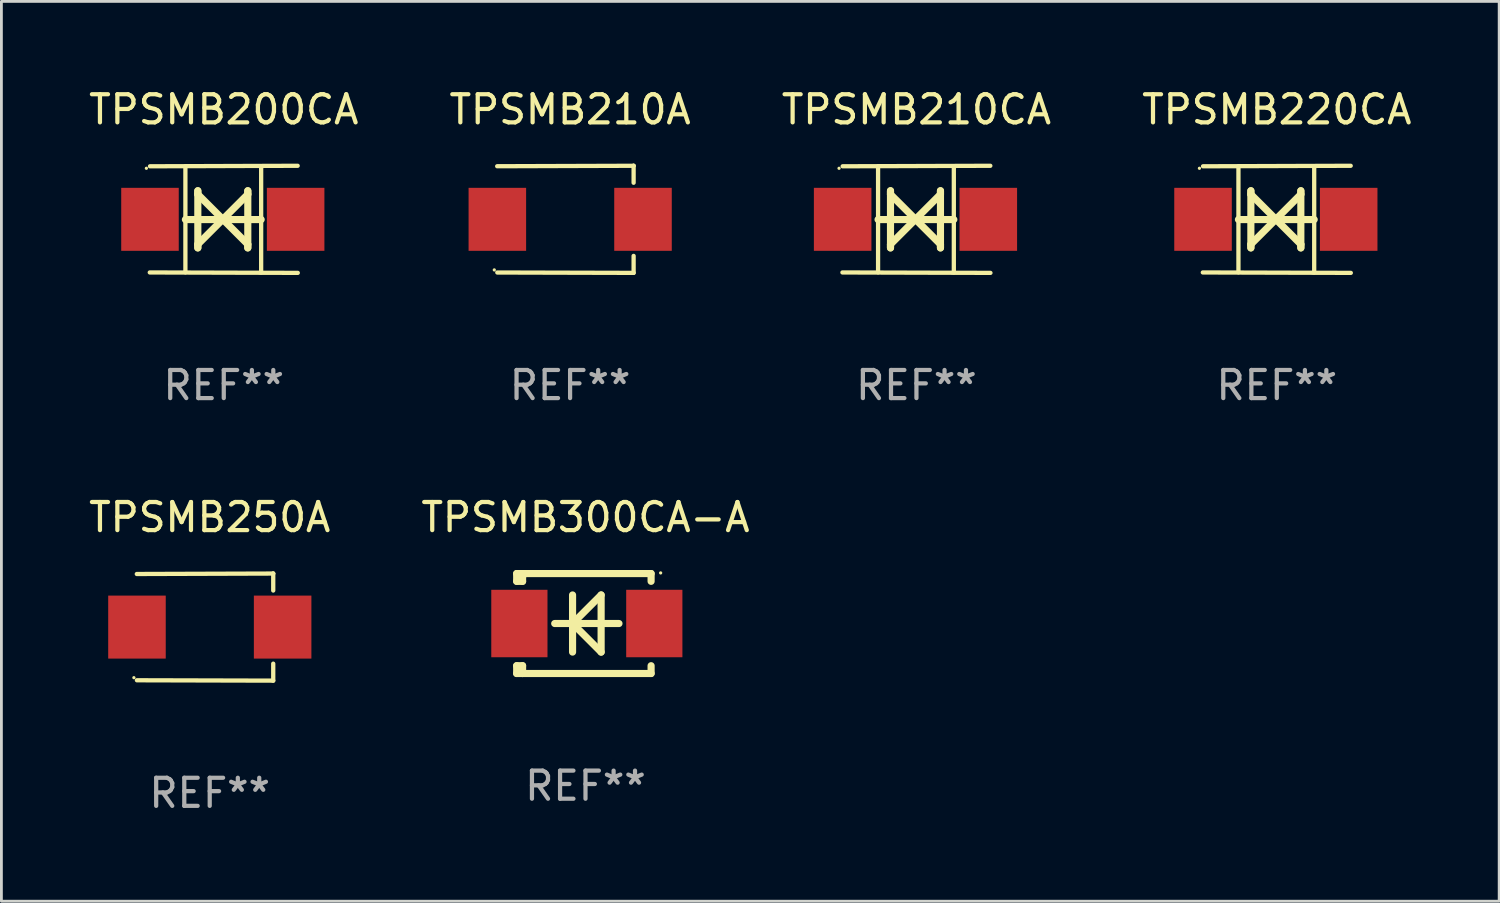
<source format=kicad_pcb>
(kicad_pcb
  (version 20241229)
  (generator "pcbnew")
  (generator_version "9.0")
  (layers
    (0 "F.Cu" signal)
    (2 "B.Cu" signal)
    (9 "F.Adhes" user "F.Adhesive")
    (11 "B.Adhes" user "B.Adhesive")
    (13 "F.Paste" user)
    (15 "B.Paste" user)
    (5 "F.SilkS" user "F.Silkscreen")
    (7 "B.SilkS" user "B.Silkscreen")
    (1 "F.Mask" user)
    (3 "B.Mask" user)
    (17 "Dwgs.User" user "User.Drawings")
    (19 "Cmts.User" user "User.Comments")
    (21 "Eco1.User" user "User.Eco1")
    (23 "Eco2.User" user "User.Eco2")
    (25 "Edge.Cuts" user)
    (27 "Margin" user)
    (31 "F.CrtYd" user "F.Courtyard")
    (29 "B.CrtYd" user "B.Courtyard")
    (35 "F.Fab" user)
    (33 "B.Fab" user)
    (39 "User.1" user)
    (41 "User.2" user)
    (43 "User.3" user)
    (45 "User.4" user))
  (footprint "TPSMB300CA-A"
    (layer "F.Cu")
    (at 17.78 19.133)
    (property "Reference" "TPSMB300CA-A" (at 0 -3.778 0) (layer "F.SilkS") (effects (font (size 1 1) (thickness 0.15))))
    (attr through_hole)
    (fp_line (start -2.448 1.501) (end -2.448 1.778) (stroke (width 0.254) (type solid)) (layer "F.SilkS"))
    (fp_line (start -2.448 1.778) (end -2.237 1.778) (stroke (width 0.254) (type solid)) (layer "F.SilkS"))
    (fp_line (start -2.448 -1.778) (end -2.448 -1.501) (stroke (width 0.254) (type solid)) (layer "F.SilkS"))
    (fp_line (start -2.448 -1.501) (end -2.238 -1.501) (stroke (width 0.254) (type solid)) (layer "F.SilkS"))
    (fp_line (start -2.448 1.501) (end -2.238 1.501) (stroke (width 0.254) (type solid)) (layer "F.SilkS"))
    (fp_line (start -2.238 -1.778) (end -2.448 -1.778) (stroke (width 0.254) (type solid)) (layer "F.SilkS"))
    (fp_line (start -2.238 -1.778) (end 2.334 -1.778) (stroke (width 0.254) (type solid)) (layer "F.SilkS"))
    (fp_line (start -2.238 -1.651) (end -2.238 -1.778) (stroke (width 0.254) (type solid)) (layer "F.SilkS"))
    (fp_line (start -2.238 -1.501) (end -2.238 -1.651) (stroke (width 0.254) (type solid)) (layer "F.SilkS"))
    (fp_line (start -2.238 1.778) (end -2.238 1.501) (stroke (width 0.254) (type solid)) (layer "F.SilkS"))
    (fp_line (start -1.095 0) (end 1.191 0) (stroke (width 0.254) (type solid)) (layer "F.SilkS"))
    (fp_line (start -0.46 -1.016) (end -0.46 1.016) (stroke (width 0.254) (type solid)) (layer "F.SilkS"))
    (fp_line (start -0.459 -0.000178) (end 0.557 1.016) (stroke (width 0.254) (type solid)) (layer "F.SilkS"))
    (fp_line (start 0.556 -1.016) (end 0.556 1.016) (stroke (width 0.254) (type solid)) (layer "F.SilkS"))
    (fp_line (start 0.557 -1.016) (end -0.459 -0.000178) (stroke (width 0.254) (type solid)) (layer "F.SilkS"))
    (fp_line (start 2.334 -1.778) (end 2.334 -1.501) (stroke (width 0.254) (type solid)) (layer "F.SilkS"))
    (fp_line (start 2.334 1.501) (end 2.334 1.778) (stroke (width 0.254) (type solid)) (layer "F.SilkS"))
    (fp_line (start 2.334 1.778) (end -2.238 1.778) (stroke (width 0.254) (type solid)) (layer "F.SilkS"))
    (fp_circle (center 2.674 -1.8) (end 2.704 -1.8) (stroke (width 0.06) (type solid)) (fill no) (layer "F.SilkS"))
    (fp_text user "REF**" (at 0 5.778 0) (layer "F.Fab") (effects (font (size 1 1) (thickness 0.15))))
    (pad "1" smd rect (at 2.448 -0.000025) (size 2 2.4) (layers "F.Cu" "F.Mask" "F.Paste"))
    (pad "2" smd rect (at -2.352 -0.000025) (size 2 2.4) (layers "F.Cu" "F.Mask" "F.Paste")))
  (footprint "TPSMB200CA"
    (layer "F.Cu")
    (at 4.911 4.753)
    (property "Reference" "TPSMB200CA" (at 0 -3.905 0) (layer "F.SilkS") (effects (font (size 1 1) (thickness 0.15))))
    (attr through_hole)
    (fp_line (start -1.365 1.886) (end -1.365 -1.886) (stroke (width 0.152) (type solid)) (layer "F.SilkS"))
    (fp_line (start -1.365 0.008) (end 1.33 0.008) (stroke (width 0.254) (type solid)) (layer "F.SilkS"))
    (fp_line (start -0.923 -1.016) (end -0.923 1.016) (stroke (width 0.254) (type solid)) (layer "F.SilkS"))
    (fp_line (start -0.923 -0.889) (end -0.923 -1.016) (stroke (width 0.254) (type solid)) (layer "F.SilkS"))
    (fp_line (start -0.923 0.889) (end -0.034 0) (stroke (width 0.254) (type solid)) (layer "F.SilkS"))
    (fp_line (start -0.923 1.016) (end -0.923 0.889) (stroke (width 0.254) (type solid)) (layer "F.SilkS"))
    (fp_line (start -0.034 0) (end -0.923 -0.889) (stroke (width 0.254) (type solid)) (layer "F.SilkS"))
    (fp_line (start -0.034 0) (end 0.855 0.889) (stroke (width 0.254) (type solid)) (layer "F.SilkS"))
    (fp_line (start 0.855 -1.016) (end 0.855 -0.889) (stroke (width 0.254) (type solid)) (layer "F.SilkS"))
    (fp_line (start 0.855 -0.889) (end -0.034 0) (stroke (width 0.254) (type solid)) (layer "F.SilkS"))
    (fp_line (start 0.855 0.889) (end 0.855 1.016) (stroke (width 0.254) (type solid)) (layer "F.SilkS"))
    (fp_line (start 0.855 1.016) (end 0.855 -1.016) (stroke (width 0.254) (type solid)) (layer "F.SilkS"))
    (fp_line (start 1.33 1.886) (end 1.33 -1.886) (stroke (width 0.152) (type solid)) (layer "F.SilkS"))
    (fp_line (start 2.629 -1.905) (end -2.625 -1.887) (stroke (width 0.152) (type solid)) (layer "F.SilkS"))
    (fp_line (start 2.633 1.905) (end -2.633 1.89) (stroke (width 0.152) (type solid)) (layer "F.SilkS"))
    (fp_circle (center -2.753 -1.816) (end -2.723 -1.816) (stroke (width 0.06) (type solid)) (fill no) (layer "F.SilkS"))
    (fp_text user "REF**" (at 0 5.905 0) (layer "F.Fab") (effects (font (size 1 1) (thickness 0.15))))
    (pad "1" smd rect (at -2.625 0) (size 2.047 2.241) (layers "F.Cu" "F.Mask" "F.Paste"))
    (pad "2" smd rect (at 2.557 0) (size 2.047 2.241) (layers "F.Cu" "F.Mask" "F.Paste")))
  (footprint "TPSMB250A"
    (layer "F.Cu")
    (at 4.411 19.26)
    (property "Reference" "TPSMB250A" (at 0 -3.905 0) (layer "F.SilkS") (effects (font (size 1 1) (thickness 0.15))))
    (attr through_hole)
    (fp_line (start 2.256 -1.905) (end -2.594 -1.889) (stroke (width 0.152) (type solid)) (layer "F.SilkS"))
    (fp_line (start 2.256 -1.905) (end 2.26 -1.905) (stroke (width 0.152) (type solid)) (layer "F.SilkS"))
    (fp_line (start 2.26 -1.905) (end 2.26 -1.301) (stroke (width 0.152) (type solid)) (layer "F.SilkS"))
    (fp_line (start 2.26 1.301) (end 2.26 1.905) (stroke (width 0.152) (type solid)) (layer "F.SilkS"))
    (fp_line (start 2.26 1.905) (end -2.59 1.892) (stroke (width 0.152) (type solid)) (layer "F.SilkS"))
    (fp_circle (center -2.697 1.8) (end -2.667 1.8) (stroke (width 0.06) (type solid)) (fill no) (layer "F.SilkS"))
    (fp_text user "REF**" (at 0 5.905 0) (layer "F.Fab") (effects (font (size 1 1) (thickness 0.15))))
    (pad "1" smd rect (at -2.588 0) (size 2.047 2.241) (layers "F.Cu" "F.Mask" "F.Paste"))
    (pad "2" smd rect (at 2.594 0) (size 2.047 2.241) (layers "F.Cu" "F.Mask" "F.Paste")))
  (footprint "TPSMB210A"
    (layer "F.Cu")
    (at 17.232 4.753)
    (property "Reference" "TPSMB210A" (at 0 -3.905 0) (layer "F.SilkS") (effects (font (size 1 1) (thickness 0.15))))
    (attr through_hole)
    (fp_line (start 2.256 -1.905) (end -2.594 -1.889) (stroke (width 0.152) (type solid)) (layer "F.SilkS"))
    (fp_line (start 2.256 -1.905) (end 2.26 -1.905) (stroke (width 0.152) (type solid)) (layer "F.SilkS"))
    (fp_line (start 2.26 -1.905) (end 2.26 -1.301) (stroke (width 0.152) (type solid)) (layer "F.SilkS"))
    (fp_line (start 2.26 1.301) (end 2.26 1.905) (stroke (width 0.152) (type solid)) (layer "F.SilkS"))
    (fp_line (start 2.26 1.905) (end -2.59 1.892) (stroke (width 0.152) (type solid)) (layer "F.SilkS"))
    (fp_circle (center -2.697 1.8) (end -2.667 1.8) (stroke (width 0.06) (type solid)) (fill no) (layer "F.SilkS"))
    (fp_text user "REF**" (at 0 5.905 0) (layer "F.Fab") (effects (font (size 1 1) (thickness 0.15))))
    (pad "1" smd rect (at -2.588 0) (size 2.047 2.241) (layers "F.Cu" "F.Mask" "F.Paste"))
    (pad "2" smd rect (at 2.594 0) (size 2.047 2.241) (layers "F.Cu" "F.Mask" "F.Paste")))
  (footprint "TPSMB210CA"
    (layer "F.Cu")
    (at 29.554 4.753)
    (property "Reference" "TPSMB210CA" (at 0 -3.905 0) (layer "F.SilkS") (effects (font (size 1 1) (thickness 0.15))))
    (attr through_hole)
    (fp_line (start -1.365 1.886) (end -1.365 -1.886) (stroke (width 0.152) (type solid)) (layer "F.SilkS"))
    (fp_line (start -1.365 0.008) (end 1.33 0.008) (stroke (width 0.254) (type solid)) (layer "F.SilkS"))
    (fp_line (start -0.923 -1.016) (end -0.923 1.016) (stroke (width 0.254) (type solid)) (layer "F.SilkS"))
    (fp_line (start -0.923 -0.889) (end -0.923 -1.016) (stroke (width 0.254) (type solid)) (layer "F.SilkS"))
    (fp_line (start -0.923 0.889) (end -0.034 0) (stroke (width 0.254) (type solid)) (layer "F.SilkS"))
    (fp_line (start -0.923 1.016) (end -0.923 0.889) (stroke (width 0.254) (type solid)) (layer "F.SilkS"))
    (fp_line (start -0.034 0) (end -0.923 -0.889) (stroke (width 0.254) (type solid)) (layer "F.SilkS"))
    (fp_line (start -0.034 0) (end 0.855 0.889) (stroke (width 0.254) (type solid)) (layer "F.SilkS"))
    (fp_line (start 0.855 -1.016) (end 0.855 -0.889) (stroke (width 0.254) (type solid)) (layer "F.SilkS"))
    (fp_line (start 0.855 -0.889) (end -0.034 0) (stroke (width 0.254) (type solid)) (layer "F.SilkS"))
    (fp_line (start 0.855 0.889) (end 0.855 1.016) (stroke (width 0.254) (type solid)) (layer "F.SilkS"))
    (fp_line (start 0.855 1.016) (end 0.855 -1.016) (stroke (width 0.254) (type solid)) (layer "F.SilkS"))
    (fp_line (start 1.33 1.886) (end 1.33 -1.886) (stroke (width 0.152) (type solid)) (layer "F.SilkS"))
    (fp_line (start 2.629 -1.905) (end -2.625 -1.887) (stroke (width 0.152) (type solid)) (layer "F.SilkS"))
    (fp_line (start 2.633 1.905) (end -2.633 1.89) (stroke (width 0.152) (type solid)) (layer "F.SilkS"))
    (fp_circle (center -2.753 -1.816) (end -2.723 -1.816) (stroke (width 0.06) (type solid)) (fill no) (layer "F.SilkS"))
    (fp_text user "REF**" (at 0 5.905 0) (layer "F.Fab") (effects (font (size 1 1) (thickness 0.15))))
    (pad "1" smd rect (at -2.625 0) (size 2.047 2.241) (layers "F.Cu" "F.Mask" "F.Paste"))
    (pad "2" smd rect (at 2.557 0) (size 2.047 2.241) (layers "F.Cu" "F.Mask" "F.Paste")))
  (footprint "TPSMB220CA"
    (layer "F.Cu")
    (at 42.375 4.753)
    (property "Reference" "TPSMB220CA" (at 0 -3.905 0) (layer "F.SilkS") (effects (font (size 1 1) (thickness 0.15))))
    (attr through_hole)
    (fp_line (start -1.365 1.886) (end -1.365 -1.886) (stroke (width 0.152) (type solid)) (layer "F.SilkS"))
    (fp_line (start -1.365 0.008) (end 1.33 0.008) (stroke (width 0.254) (type solid)) (layer "F.SilkS"))
    (fp_line (start -0.923 -1.016) (end -0.923 1.016) (stroke (width 0.254) (type solid)) (layer "F.SilkS"))
    (fp_line (start -0.923 -0.889) (end -0.923 -1.016) (stroke (width 0.254) (type solid)) (layer "F.SilkS"))
    (fp_line (start -0.923 0.889) (end -0.034 0) (stroke (width 0.254) (type solid)) (layer "F.SilkS"))
    (fp_line (start -0.923 1.016) (end -0.923 0.889) (stroke (width 0.254) (type solid)) (layer "F.SilkS"))
    (fp_line (start -0.034 0) (end -0.923 -0.889) (stroke (width 0.254) (type solid)) (layer "F.SilkS"))
    (fp_line (start -0.034 0) (end 0.855 0.889) (stroke (width 0.254) (type solid)) (layer "F.SilkS"))
    (fp_line (start 0.855 -1.016) (end 0.855 -0.889) (stroke (width 0.254) (type solid)) (layer "F.SilkS"))
    (fp_line (start 0.855 -0.889) (end -0.034 0) (stroke (width 0.254) (type solid)) (layer "F.SilkS"))
    (fp_line (start 0.855 0.889) (end 0.855 1.016) (stroke (width 0.254) (type solid)) (layer "F.SilkS"))
    (fp_line (start 0.855 1.016) (end 0.855 -1.016) (stroke (width 0.254) (type solid)) (layer "F.SilkS"))
    (fp_line (start 1.33 1.886) (end 1.33 -1.886) (stroke (width 0.152) (type solid)) (layer "F.SilkS"))
    (fp_line (start 2.629 -1.905) (end -2.625 -1.887) (stroke (width 0.152) (type solid)) (layer "F.SilkS"))
    (fp_line (start 2.633 1.905) (end -2.633 1.89) (stroke (width 0.152) (type solid)) (layer "F.SilkS"))
    (fp_circle (center -2.753 -1.816) (end -2.723 -1.816) (stroke (width 0.06) (type solid)) (fill no) (layer "F.SilkS"))
    (fp_text user "REF**" (at 0 5.905 0) (layer "F.Fab") (effects (font (size 1 1) (thickness 0.15))))
    (pad "1" smd rect (at -2.625 0) (size 2.047 2.241) (layers "F.Cu" "F.Mask" "F.Paste"))
    (pad "2" smd rect (at 2.557 0) (size 2.047 2.241) (layers "F.Cu" "F.Mask" "F.Paste")))
  (gr_rect
    (start -3 -3)
    (end 50.286 29.013)
    (stroke (width 0.1) (type default))
    (fill no)
    (layer "Edge.Cuts")))
</source>
